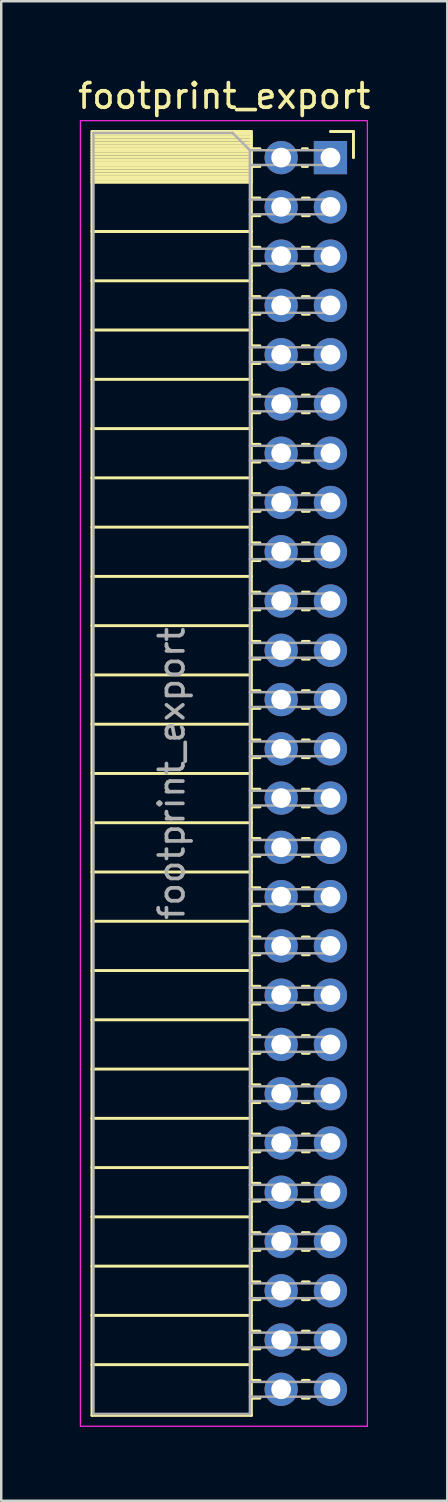
<source format=kicad_pcb>
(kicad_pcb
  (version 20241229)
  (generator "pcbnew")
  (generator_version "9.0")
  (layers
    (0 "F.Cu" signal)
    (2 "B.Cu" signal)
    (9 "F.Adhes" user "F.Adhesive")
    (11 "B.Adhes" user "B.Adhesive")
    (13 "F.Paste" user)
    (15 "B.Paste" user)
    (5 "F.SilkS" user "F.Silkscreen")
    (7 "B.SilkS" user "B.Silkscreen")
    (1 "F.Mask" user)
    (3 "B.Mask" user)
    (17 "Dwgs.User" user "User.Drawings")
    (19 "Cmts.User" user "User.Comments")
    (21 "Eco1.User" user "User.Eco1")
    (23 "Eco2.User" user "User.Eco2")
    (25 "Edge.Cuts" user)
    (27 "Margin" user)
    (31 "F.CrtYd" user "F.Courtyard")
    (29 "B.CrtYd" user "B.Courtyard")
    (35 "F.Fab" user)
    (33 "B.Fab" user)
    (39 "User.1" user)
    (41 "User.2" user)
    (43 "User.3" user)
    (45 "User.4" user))
  (footprint "footprint_export"
    (layer "F.Cu")
    (at 10.364 3.348)
    (property "Reference" "footprint_export" (at -4.31 -2.5 0) (layer "F.SilkS") (effects (font (size 1 1) (thickness 0.15))))
    (attr through_hole)
    (fp_line (start -9.68 -1.06) (end -9.68 51.06) (stroke (width 0.12) (type solid)) (layer "F.SilkS"))
    (fp_line (start -9.68 -1.06) (end -3.21 -1.06) (stroke (width 0.12) (type solid)) (layer "F.SilkS"))
    (fp_line (start -9.68 -0.94) (end -3.21 -0.94) (stroke (width 0.12) (type solid)) (layer "F.SilkS"))
    (fp_line (start -9.68 -0.826) (end -3.21 -0.826) (stroke (width 0.12) (type solid)) (layer "F.SilkS"))
    (fp_line (start -9.68 -0.712) (end -3.21 -0.712) (stroke (width 0.12) (type solid)) (layer "F.SilkS"))
    (fp_line (start -9.68 -0.598) (end -3.21 -0.598) (stroke (width 0.12) (type solid)) (layer "F.SilkS"))
    (fp_line (start -9.68 -0.484) (end -3.21 -0.484) (stroke (width 0.12) (type solid)) (layer "F.SilkS"))
    (fp_line (start -9.68 -0.369) (end -3.21 -0.369) (stroke (width 0.12) (type solid)) (layer "F.SilkS"))
    (fp_line (start -9.68 -0.255) (end -3.21 -0.255) (stroke (width 0.12) (type solid)) (layer "F.SilkS"))
    (fp_line (start -9.68 -0.141) (end -3.21 -0.141) (stroke (width 0.12) (type solid)) (layer "F.SilkS"))
    (fp_line (start -9.68 -0.027) (end -3.21 -0.027) (stroke (width 0.12) (type solid)) (layer "F.SilkS"))
    (fp_line (start -9.68 0.087) (end -3.21 0.087) (stroke (width 0.12) (type solid)) (layer "F.SilkS"))
    (fp_line (start -9.68 0.201) (end -3.21 0.201) (stroke (width 0.12) (type solid)) (layer "F.SilkS"))
    (fp_line (start -9.68 0.315) (end -3.21 0.315) (stroke (width 0.12) (type solid)) (layer "F.SilkS"))
    (fp_line (start -9.68 0.429) (end -3.21 0.429) (stroke (width 0.12) (type solid)) (layer "F.SilkS"))
    (fp_line (start -9.68 0.544) (end -3.21 0.544) (stroke (width 0.12) (type solid)) (layer "F.SilkS"))
    (fp_line (start -9.68 0.658) (end -3.21 0.658) (stroke (width 0.12) (type solid)) (layer "F.SilkS"))
    (fp_line (start -9.68 0.772) (end -3.21 0.772) (stroke (width 0.12) (type solid)) (layer "F.SilkS"))
    (fp_line (start -9.68 0.886) (end -3.21 0.886) (stroke (width 0.12) (type solid)) (layer "F.SilkS"))
    (fp_line (start -9.68 1) (end -3.21 1) (stroke (width 0.12) (type solid)) (layer "F.SilkS"))
    (fp_line (start -9.68 3) (end -3.21 3) (stroke (width 0.12) (type solid)) (layer "F.SilkS"))
    (fp_line (start -9.68 5) (end -3.21 5) (stroke (width 0.12) (type solid)) (layer "F.SilkS"))
    (fp_line (start -9.68 7) (end -3.21 7) (stroke (width 0.12) (type solid)) (layer "F.SilkS"))
    (fp_line (start -9.68 9) (end -3.21 9) (stroke (width 0.12) (type solid)) (layer "F.SilkS"))
    (fp_line (start -9.68 11) (end -3.21 11) (stroke (width 0.12) (type solid)) (layer "F.SilkS"))
    (fp_line (start -9.68 13) (end -3.21 13) (stroke (width 0.12) (type solid)) (layer "F.SilkS"))
    (fp_line (start -9.68 15) (end -3.21 15) (stroke (width 0.12) (type solid)) (layer "F.SilkS"))
    (fp_line (start -9.68 17) (end -3.21 17) (stroke (width 0.12) (type solid)) (layer "F.SilkS"))
    (fp_line (start -9.68 19) (end -3.21 19) (stroke (width 0.12) (type solid)) (layer "F.SilkS"))
    (fp_line (start -9.68 21) (end -3.21 21) (stroke (width 0.12) (type solid)) (layer "F.SilkS"))
    (fp_line (start -9.68 23) (end -3.21 23) (stroke (width 0.12) (type solid)) (layer "F.SilkS"))
    (fp_line (start -9.68 25) (end -3.21 25) (stroke (width 0.12) (type solid)) (layer "F.SilkS"))
    (fp_line (start -9.68 27) (end -3.21 27) (stroke (width 0.12) (type solid)) (layer "F.SilkS"))
    (fp_line (start -9.68 29) (end -3.21 29) (stroke (width 0.12) (type solid)) (layer "F.SilkS"))
    (fp_line (start -9.68 31) (end -3.21 31) (stroke (width 0.12) (type solid)) (layer "F.SilkS"))
    (fp_line (start -9.68 33) (end -3.21 33) (stroke (width 0.12) (type solid)) (layer "F.SilkS"))
    (fp_line (start -9.68 35) (end -3.21 35) (stroke (width 0.12) (type solid)) (layer "F.SilkS"))
    (fp_line (start -9.68 37) (end -3.21 37) (stroke (width 0.12) (type solid)) (layer "F.SilkS"))
    (fp_line (start -9.68 39) (end -3.21 39) (stroke (width 0.12) (type solid)) (layer "F.SilkS"))
    (fp_line (start -9.68 41) (end -3.21 41) (stroke (width 0.12) (type solid)) (layer "F.SilkS"))
    (fp_line (start -9.68 43) (end -3.21 43) (stroke (width 0.12) (type solid)) (layer "F.SilkS"))
    (fp_line (start -9.68 45) (end -3.21 45) (stroke (width 0.12) (type solid)) (layer "F.SilkS"))
    (fp_line (start -9.68 47) (end -3.21 47) (stroke (width 0.12) (type solid)) (layer "F.SilkS"))
    (fp_line (start -9.68 49) (end -3.21 49) (stroke (width 0.12) (type solid)) (layer "F.SilkS"))
    (fp_line (start -9.68 51.06) (end -3.21 51.06) (stroke (width 0.12) (type solid)) (layer "F.SilkS"))
    (fp_line (start -3.21 -1.06) (end -3.21 51.06) (stroke (width 0.12) (type solid)) (layer "F.SilkS"))
    (fp_line (start -3.21 -0.36) (end -2.863 -0.36) (stroke (width 0.12) (type solid)) (layer "F.SilkS"))
    (fp_line (start -3.21 0.36) (end -2.863 0.36) (stroke (width 0.12) (type solid)) (layer "F.SilkS"))
    (fp_line (start -3.21 1.64) (end -2.863 1.64) (stroke (width 0.12) (type solid)) (layer "F.SilkS"))
    (fp_line (start -3.21 2.36) (end -2.863 2.36) (stroke (width 0.12) (type solid)) (layer "F.SilkS"))
    (fp_line (start -3.21 3.64) (end -2.863 3.64) (stroke (width 0.12) (type solid)) (layer "F.SilkS"))
    (fp_line (start -3.21 4.36) (end -2.863 4.36) (stroke (width 0.12) (type solid)) (layer "F.SilkS"))
    (fp_line (start -3.21 5.64) (end -2.863 5.64) (stroke (width 0.12) (type solid)) (layer "F.SilkS"))
    (fp_line (start -3.21 6.36) (end -2.863 6.36) (stroke (width 0.12) (type solid)) (layer "F.SilkS"))
    (fp_line (start -3.21 7.64) (end -2.863 7.64) (stroke (width 0.12) (type solid)) (layer "F.SilkS"))
    (fp_line (start -3.21 8.36) (end -2.863 8.36) (stroke (width 0.12) (type solid)) (layer "F.SilkS"))
    (fp_line (start -3.21 9.64) (end -2.863 9.64) (stroke (width 0.12) (type solid)) (layer "F.SilkS"))
    (fp_line (start -3.21 10.36) (end -2.863 10.36) (stroke (width 0.12) (type solid)) (layer "F.SilkS"))
    (fp_line (start -3.21 11.64) (end -2.863 11.64) (stroke (width 0.12) (type solid)) (layer "F.SilkS"))
    (fp_line (start -3.21 12.36) (end -2.863 12.36) (stroke (width 0.12) (type solid)) (layer "F.SilkS"))
    (fp_line (start -3.21 13.64) (end -2.863 13.64) (stroke (width 0.12) (type solid)) (layer "F.SilkS"))
    (fp_line (start -3.21 14.36) (end -2.863 14.36) (stroke (width 0.12) (type solid)) (layer "F.SilkS"))
    (fp_line (start -3.21 15.64) (end -2.863 15.64) (stroke (width 0.12) (type solid)) (layer "F.SilkS"))
    (fp_line (start -3.21 16.36) (end -2.863 16.36) (stroke (width 0.12) (type solid)) (layer "F.SilkS"))
    (fp_line (start -3.21 17.64) (end -2.863 17.64) (stroke (width 0.12) (type solid)) (layer "F.SilkS"))
    (fp_line (start -3.21 18.36) (end -2.863 18.36) (stroke (width 0.12) (type solid)) (layer "F.SilkS"))
    (fp_line (start -3.21 19.64) (end -2.863 19.64) (stroke (width 0.12) (type solid)) (layer "F.SilkS"))
    (fp_line (start -3.21 20.36) (end -2.863 20.36) (stroke (width 0.12) (type solid)) (layer "F.SilkS"))
    (fp_line (start -3.21 21.64) (end -2.863 21.64) (stroke (width 0.12) (type solid)) (layer "F.SilkS"))
    (fp_line (start -3.21 22.36) (end -2.863 22.36) (stroke (width 0.12) (type solid)) (layer "F.SilkS"))
    (fp_line (start -3.21 23.64) (end -2.863 23.64) (stroke (width 0.12) (type solid)) (layer "F.SilkS"))
    (fp_line (start -3.21 24.36) (end -2.863 24.36) (stroke (width 0.12) (type solid)) (layer "F.SilkS"))
    (fp_line (start -3.21 25.64) (end -2.863 25.64) (stroke (width 0.12) (type solid)) (layer "F.SilkS"))
    (fp_line (start -3.21 26.36) (end -2.863 26.36) (stroke (width 0.12) (type solid)) (layer "F.SilkS"))
    (fp_line (start -3.21 27.64) (end -2.863 27.64) (stroke (width 0.12) (type solid)) (layer "F.SilkS"))
    (fp_line (start -3.21 28.36) (end -2.863 28.36) (stroke (width 0.12) (type solid)) (layer "F.SilkS"))
    (fp_line (start -3.21 29.64) (end -2.863 29.64) (stroke (width 0.12) (type solid)) (layer "F.SilkS"))
    (fp_line (start -3.21 30.36) (end -2.863 30.36) (stroke (width 0.12) (type solid)) (layer "F.SilkS"))
    (fp_line (start -3.21 31.64) (end -2.863 31.64) (stroke (width 0.12) (type solid)) (layer "F.SilkS"))
    (fp_line (start -3.21 32.36) (end -2.863 32.36) (stroke (width 0.12) (type solid)) (layer "F.SilkS"))
    (fp_line (start -3.21 33.64) (end -2.863 33.64) (stroke (width 0.12) (type solid)) (layer "F.SilkS"))
    (fp_line (start -3.21 34.36) (end -2.863 34.36) (stroke (width 0.12) (type solid)) (layer "F.SilkS"))
    (fp_line (start -3.21 35.64) (end -2.863 35.64) (stroke (width 0.12) (type solid)) (layer "F.SilkS"))
    (fp_line (start -3.21 36.36) (end -2.863 36.36) (stroke (width 0.12) (type solid)) (layer "F.SilkS"))
    (fp_line (start -3.21 37.64) (end -2.863 37.64) (stroke (width 0.12) (type solid)) (layer "F.SilkS"))
    (fp_line (start -3.21 38.36) (end -2.863 38.36) (stroke (width 0.12) (type solid)) (layer "F.SilkS"))
    (fp_line (start -3.21 39.64) (end -2.863 39.64) (stroke (width 0.12) (type solid)) (layer "F.SilkS"))
    (fp_line (start -3.21 40.36) (end -2.863 40.36) (stroke (width 0.12) (type solid)) (layer "F.SilkS"))
    (fp_line (start -3.21 41.64) (end -2.863 41.64) (stroke (width 0.12) (type solid)) (layer "F.SilkS"))
    (fp_line (start -3.21 42.36) (end -2.863 42.36) (stroke (width 0.12) (type solid)) (layer "F.SilkS"))
    (fp_line (start -3.21 43.64) (end -2.863 43.64) (stroke (width 0.12) (type solid)) (layer "F.SilkS"))
    (fp_line (start -3.21 44.36) (end -2.863 44.36) (stroke (width 0.12) (type solid)) (layer "F.SilkS"))
    (fp_line (start -3.21 45.64) (end -2.863 45.64) (stroke (width 0.12) (type solid)) (layer "F.SilkS"))
    (fp_line (start -3.21 46.36) (end -2.863 46.36) (stroke (width 0.12) (type solid)) (layer "F.SilkS"))
    (fp_line (start -3.21 47.64) (end -2.863 47.64) (stroke (width 0.12) (type solid)) (layer "F.SilkS"))
    (fp_line (start -3.21 48.36) (end -2.863 48.36) (stroke (width 0.12) (type solid)) (layer "F.SilkS"))
    (fp_line (start -3.21 49.64) (end -2.863 49.64) (stroke (width 0.12) (type solid)) (layer "F.SilkS"))
    (fp_line (start -3.21 50.36) (end -2.863 50.36) (stroke (width 0.12) (type solid)) (layer "F.SilkS"))
    (fp_line (start -1.137 -0.36) (end -0.935 -0.36) (stroke (width 0.12) (type solid)) (layer "F.SilkS"))
    (fp_line (start -1.137 0.36) (end -0.935 0.36) (stroke (width 0.12) (type solid)) (layer "F.SilkS"))
    (fp_line (start -1.137 1.64) (end -0.863 1.64) (stroke (width 0.12) (type solid)) (layer "F.SilkS"))
    (fp_line (start -1.137 2.36) (end -0.863 2.36) (stroke (width 0.12) (type solid)) (layer "F.SilkS"))
    (fp_line (start -1.137 3.64) (end -0.863 3.64) (stroke (width 0.12) (type solid)) (layer "F.SilkS"))
    (fp_line (start -1.137 4.36) (end -0.863 4.36) (stroke (width 0.12) (type solid)) (layer "F.SilkS"))
    (fp_line (start -1.137 5.64) (end -0.863 5.64) (stroke (width 0.12) (type solid)) (layer "F.SilkS"))
    (fp_line (start -1.137 6.36) (end -0.863 6.36) (stroke (width 0.12) (type solid)) (layer "F.SilkS"))
    (fp_line (start -1.137 7.64) (end -0.863 7.64) (stroke (width 0.12) (type solid)) (layer "F.SilkS"))
    (fp_line (start -1.137 8.36) (end -0.863 8.36) (stroke (width 0.12) (type solid)) (layer "F.SilkS"))
    (fp_line (start -1.137 9.64) (end -0.863 9.64) (stroke (width 0.12) (type solid)) (layer "F.SilkS"))
    (fp_line (start -1.137 10.36) (end -0.863 10.36) (stroke (width 0.12) (type solid)) (layer "F.SilkS"))
    (fp_line (start -1.137 11.64) (end -0.863 11.64) (stroke (width 0.12) (type solid)) (layer "F.SilkS"))
    (fp_line (start -1.137 12.36) (end -0.863 12.36) (stroke (width 0.12) (type solid)) (layer "F.SilkS"))
    (fp_line (start -1.137 13.64) (end -0.863 13.64) (stroke (width 0.12) (type solid)) (layer "F.SilkS"))
    (fp_line (start -1.137 14.36) (end -0.863 14.36) (stroke (width 0.12) (type solid)) (layer "F.SilkS"))
    (fp_line (start -1.137 15.64) (end -0.863 15.64) (stroke (width 0.12) (type solid)) (layer "F.SilkS"))
    (fp_line (start -1.137 16.36) (end -0.863 16.36) (stroke (width 0.12) (type solid)) (layer "F.SilkS"))
    (fp_line (start -1.137 17.64) (end -0.863 17.64) (stroke (width 0.12) (type solid)) (layer "F.SilkS"))
    (fp_line (start -1.137 18.36) (end -0.863 18.36) (stroke (width 0.12) (type solid)) (layer "F.SilkS"))
    (fp_line (start -1.137 19.64) (end -0.863 19.64) (stroke (width 0.12) (type solid)) (layer "F.SilkS"))
    (fp_line (start -1.137 20.36) (end -0.863 20.36) (stroke (width 0.12) (type solid)) (layer "F.SilkS"))
    (fp_line (start -1.137 21.64) (end -0.863 21.64) (stroke (width 0.12) (type solid)) (layer "F.SilkS"))
    (fp_line (start -1.137 22.36) (end -0.863 22.36) (stroke (width 0.12) (type solid)) (layer "F.SilkS"))
    (fp_line (start -1.137 23.64) (end -0.863 23.64) (stroke (width 0.12) (type solid)) (layer "F.SilkS"))
    (fp_line (start -1.137 24.36) (end -0.863 24.36) (stroke (width 0.12) (type solid)) (layer "F.SilkS"))
    (fp_line (start -1.137 25.64) (end -0.863 25.64) (stroke (width 0.12) (type solid)) (layer "F.SilkS"))
    (fp_line (start -1.137 26.36) (end -0.863 26.36) (stroke (width 0.12) (type solid)) (layer "F.SilkS"))
    (fp_line (start -1.137 27.64) (end -0.863 27.64) (stroke (width 0.12) (type solid)) (layer "F.SilkS"))
    (fp_line (start -1.137 28.36) (end -0.863 28.36) (stroke (width 0.12) (type solid)) (layer "F.SilkS"))
    (fp_line (start -1.137 29.64) (end -0.863 29.64) (stroke (width 0.12) (type solid)) (layer "F.SilkS"))
    (fp_line (start -1.137 30.36) (end -0.863 30.36) (stroke (width 0.12) (type solid)) (layer "F.SilkS"))
    (fp_line (start -1.137 31.64) (end -0.863 31.64) (stroke (width 0.12) (type solid)) (layer "F.SilkS"))
    (fp_line (start -1.137 32.36) (end -0.863 32.36) (stroke (width 0.12) (type solid)) (layer "F.SilkS"))
    (fp_line (start -1.137 33.64) (end -0.863 33.64) (stroke (width 0.12) (type solid)) (layer "F.SilkS"))
    (fp_line (start -1.137 34.36) (end -0.863 34.36) (stroke (width 0.12) (type solid)) (layer "F.SilkS"))
    (fp_line (start -1.137 35.64) (end -0.863 35.64) (stroke (width 0.12) (type solid)) (layer "F.SilkS"))
    (fp_line (start -1.137 36.36) (end -0.863 36.36) (stroke (width 0.12) (type solid)) (layer "F.SilkS"))
    (fp_line (start -1.137 37.64) (end -0.863 37.64) (stroke (width 0.12) (type solid)) (layer "F.SilkS"))
    (fp_line (start -1.137 38.36) (end -0.863 38.36) (stroke (width 0.12) (type solid)) (layer "F.SilkS"))
    (fp_line (start -1.137 39.64) (end -0.863 39.64) (stroke (width 0.12) (type solid)) (layer "F.SilkS"))
    (fp_line (start -1.137 40.36) (end -0.863 40.36) (stroke (width 0.12) (type solid)) (layer "F.SilkS"))
    (fp_line (start -1.137 41.64) (end -0.863 41.64) (stroke (width 0.12) (type solid)) (layer "F.SilkS"))
    (fp_line (start -1.137 42.36) (end -0.863 42.36) (stroke (width 0.12) (type solid)) (layer "F.SilkS"))
    (fp_line (start -1.137 43.64) (end -0.863 43.64) (stroke (width 0.12) (type solid)) (layer "F.SilkS"))
    (fp_line (start -1.137 44.36) (end -0.863 44.36) (stroke (width 0.12) (type solid)) (layer "F.SilkS"))
    (fp_line (start -1.137 45.64) (end -0.863 45.64) (stroke (width 0.12) (type solid)) (layer "F.SilkS"))
    (fp_line (start -1.137 46.36) (end -0.863 46.36) (stroke (width 0.12) (type solid)) (layer "F.SilkS"))
    (fp_line (start -1.137 47.64) (end -0.863 47.64) (stroke (width 0.12) (type solid)) (layer "F.SilkS"))
    (fp_line (start -1.137 48.36) (end -0.863 48.36) (stroke (width 0.12) (type solid)) (layer "F.SilkS"))
    (fp_line (start -1.137 49.64) (end -0.863 49.64) (stroke (width 0.12) (type solid)) (layer "F.SilkS"))
    (fp_line (start -1.137 50.36) (end -0.863 50.36) (stroke (width 0.12) (type solid)) (layer "F.SilkS"))
    (fp_line (start 0 -1.06) (end 0.935 -1.06) (stroke (width 0.12) (type solid)) (layer "F.SilkS"))
    (fp_line (start 0.935 -1.06) (end 0.935 0) (stroke (width 0.12) (type solid)) (layer "F.SilkS"))
    (fp_line (start -10.15 -1.5) (end -10.15 51.5) (stroke (width 0.05) (type solid)) (layer "F.CrtYd"))
    (fp_line (start -10.15 51.5) (end 1.5 51.5) (stroke (width 0.05) (type solid)) (layer "F.CrtYd"))
    (fp_line (start 1.5 -1.5) (end -10.15 -1.5) (stroke (width 0.05) (type solid)) (layer "F.CrtYd"))
    (fp_line (start 1.5 51.5) (end 1.5 -1.5) (stroke (width 0.05) (type solid)) (layer "F.CrtYd"))
    (fp_line (start -9.62 -1) (end -3.97 -1) (stroke (width 0.1) (type solid)) (layer "F.Fab"))
    (fp_line (start -9.62 51) (end -9.62 -1) (stroke (width 0.1) (type solid)) (layer "F.Fab"))
    (fp_line (start -3.97 -1) (end -3.27 -0.3) (stroke (width 0.1) (type solid)) (layer "F.Fab"))
    (fp_line (start -3.27 -0.3) (end -3.27 51) (stroke (width 0.1) (type solid)) (layer "F.Fab"))
    (fp_line (start -3.27 0.3) (end 0 0.3) (stroke (width 0.1) (type solid)) (layer "F.Fab"))
    (fp_line (start -3.27 2.3) (end 0 2.3) (stroke (width 0.1) (type solid)) (layer "F.Fab"))
    (fp_line (start -3.27 4.3) (end 0 4.3) (stroke (width 0.1) (type solid)) (layer "F.Fab"))
    (fp_line (start -3.27 6.3) (end 0 6.3) (stroke (width 0.1) (type solid)) (layer "F.Fab"))
    (fp_line (start -3.27 8.3) (end 0 8.3) (stroke (width 0.1) (type solid)) (layer "F.Fab"))
    (fp_line (start -3.27 10.3) (end 0 10.3) (stroke (width 0.1) (type solid)) (layer "F.Fab"))
    (fp_line (start -3.27 12.3) (end 0 12.3) (stroke (width 0.1) (type solid)) (layer "F.Fab"))
    (fp_line (start -3.27 14.3) (end 0 14.3) (stroke (width 0.1) (type solid)) (layer "F.Fab"))
    (fp_line (start -3.27 16.3) (end 0 16.3) (stroke (width 0.1) (type solid)) (layer "F.Fab"))
    (fp_line (start -3.27 18.3) (end 0 18.3) (stroke (width 0.1) (type solid)) (layer "F.Fab"))
    (fp_line (start -3.27 20.3) (end 0 20.3) (stroke (width 0.1) (type solid)) (layer "F.Fab"))
    (fp_line (start -3.27 22.3) (end 0 22.3) (stroke (width 0.1) (type solid)) (layer "F.Fab"))
    (fp_line (start -3.27 24.3) (end 0 24.3) (stroke (width 0.1) (type solid)) (layer "F.Fab"))
    (fp_line (start -3.27 26.3) (end 0 26.3) (stroke (width 0.1) (type solid)) (layer "F.Fab"))
    (fp_line (start -3.27 28.3) (end 0 28.3) (stroke (width 0.1) (type solid)) (layer "F.Fab"))
    (fp_line (start -3.27 30.3) (end 0 30.3) (stroke (width 0.1) (type solid)) (layer "F.Fab"))
    (fp_line (start -3.27 32.3) (end 0 32.3) (stroke (width 0.1) (type solid)) (layer "F.Fab"))
    (fp_line (start -3.27 34.3) (end 0 34.3) (stroke (width 0.1) (type solid)) (layer "F.Fab"))
    (fp_line (start -3.27 36.3) (end 0 36.3) (stroke (width 0.1) (type solid)) (layer "F.Fab"))
    (fp_line (start -3.27 38.3) (end 0 38.3) (stroke (width 0.1) (type solid)) (layer "F.Fab"))
    (fp_line (start -3.27 40.3) (end 0 40.3) (stroke (width 0.1) (type solid)) (layer "F.Fab"))
    (fp_line (start -3.27 42.3) (end 0 42.3) (stroke (width 0.1) (type solid)) (layer "F.Fab"))
    (fp_line (start -3.27 44.3) (end 0 44.3) (stroke (width 0.1) (type solid)) (layer "F.Fab"))
    (fp_line (start -3.27 46.3) (end 0 46.3) (stroke (width 0.1) (type solid)) (layer "F.Fab"))
    (fp_line (start -3.27 48.3) (end 0 48.3) (stroke (width 0.1) (type solid)) (layer "F.Fab"))
    (fp_line (start -3.27 50.3) (end 0 50.3) (stroke (width 0.1) (type solid)) (layer "F.Fab"))
    (fp_line (start -3.27 51) (end -9.62 51) (stroke (width 0.1) (type solid)) (layer "F.Fab"))
    (fp_line (start 0 -0.3) (end -3.27 -0.3) (stroke (width 0.1) (type solid)) (layer "F.Fab"))
    (fp_line (start 0 0.3) (end 0 -0.3) (stroke (width 0.1) (type solid)) (layer "F.Fab"))
    (fp_line (start 0 1.7) (end -3.27 1.7) (stroke (width 0.1) (type solid)) (layer "F.Fab"))
    (fp_line (start 0 2.3) (end 0 1.7) (stroke (width 0.1) (type solid)) (layer "F.Fab"))
    (fp_line (start 0 3.7) (end -3.27 3.7) (stroke (width 0.1) (type solid)) (layer "F.Fab"))
    (fp_line (start 0 4.3) (end 0 3.7) (stroke (width 0.1) (type solid)) (layer "F.Fab"))
    (fp_line (start 0 5.7) (end -3.27 5.7) (stroke (width 0.1) (type solid)) (layer "F.Fab"))
    (fp_line (start 0 6.3) (end 0 5.7) (stroke (width 0.1) (type solid)) (layer "F.Fab"))
    (fp_line (start 0 7.7) (end -3.27 7.7) (stroke (width 0.1) (type solid)) (layer "F.Fab"))
    (fp_line (start 0 8.3) (end 0 7.7) (stroke (width 0.1) (type solid)) (layer "F.Fab"))
    (fp_line (start 0 9.7) (end -3.27 9.7) (stroke (width 0.1) (type solid)) (layer "F.Fab"))
    (fp_line (start 0 10.3) (end 0 9.7) (stroke (width 0.1) (type solid)) (layer "F.Fab"))
    (fp_line (start 0 11.7) (end -3.27 11.7) (stroke (width 0.1) (type solid)) (layer "F.Fab"))
    (fp_line (start 0 12.3) (end 0 11.7) (stroke (width 0.1) (type solid)) (layer "F.Fab"))
    (fp_line (start 0 13.7) (end -3.27 13.7) (stroke (width 0.1) (type solid)) (layer "F.Fab"))
    (fp_line (start 0 14.3) (end 0 13.7) (stroke (width 0.1) (type solid)) (layer "F.Fab"))
    (fp_line (start 0 15.7) (end -3.27 15.7) (stroke (width 0.1) (type solid)) (layer "F.Fab"))
    (fp_line (start 0 16.3) (end 0 15.7) (stroke (width 0.1) (type solid)) (layer "F.Fab"))
    (fp_line (start 0 17.7) (end -3.27 17.7) (stroke (width 0.1) (type solid)) (layer "F.Fab"))
    (fp_line (start 0 18.3) (end 0 17.7) (stroke (width 0.1) (type solid)) (layer "F.Fab"))
    (fp_line (start 0 19.7) (end -3.27 19.7) (stroke (width 0.1) (type solid)) (layer "F.Fab"))
    (fp_line (start 0 20.3) (end 0 19.7) (stroke (width 0.1) (type solid)) (layer "F.Fab"))
    (fp_line (start 0 21.7) (end -3.27 21.7) (stroke (width 0.1) (type solid)) (layer "F.Fab"))
    (fp_line (start 0 22.3) (end 0 21.7) (stroke (width 0.1) (type solid)) (layer "F.Fab"))
    (fp_line (start 0 23.7) (end -3.27 23.7) (stroke (width 0.1) (type solid)) (layer "F.Fab"))
    (fp_line (start 0 24.3) (end 0 23.7) (stroke (width 0.1) (type solid)) (layer "F.Fab"))
    (fp_line (start 0 25.7) (end -3.27 25.7) (stroke (width 0.1) (type solid)) (layer "F.Fab"))
    (fp_line (start 0 26.3) (end 0 25.7) (stroke (width 0.1) (type solid)) (layer "F.Fab"))
    (fp_line (start 0 27.7) (end -3.27 27.7) (stroke (width 0.1) (type solid)) (layer "F.Fab"))
    (fp_line (start 0 28.3) (end 0 27.7) (stroke (width 0.1) (type solid)) (layer "F.Fab"))
    (fp_line (start 0 29.7) (end -3.27 29.7) (stroke (width 0.1) (type solid)) (layer "F.Fab"))
    (fp_line (start 0 30.3) (end 0 29.7) (stroke (width 0.1) (type solid)) (layer "F.Fab"))
    (fp_line (start 0 31.7) (end -3.27 31.7) (stroke (width 0.1) (type solid)) (layer "F.Fab"))
    (fp_line (start 0 32.3) (end 0 31.7) (stroke (width 0.1) (type solid)) (layer "F.Fab"))
    (fp_line (start 0 33.7) (end -3.27 33.7) (stroke (width 0.1) (type solid)) (layer "F.Fab"))
    (fp_line (start 0 34.3) (end 0 33.7) (stroke (width 0.1) (type solid)) (layer "F.Fab"))
    (fp_line (start 0 35.7) (end -3.27 35.7) (stroke (width 0.1) (type solid)) (layer "F.Fab"))
    (fp_line (start 0 36.3) (end 0 35.7) (stroke (width 0.1) (type solid)) (layer "F.Fab"))
    (fp_line (start 0 37.7) (end -3.27 37.7) (stroke (width 0.1) (type solid)) (layer "F.Fab"))
    (fp_line (start 0 38.3) (end 0 37.7) (stroke (width 0.1) (type solid)) (layer "F.Fab"))
    (fp_line (start 0 39.7) (end -3.27 39.7) (stroke (width 0.1) (type solid)) (layer "F.Fab"))
    (fp_line (start 0 40.3) (end 0 39.7) (stroke (width 0.1) (type solid)) (layer "F.Fab"))
    (fp_line (start 0 41.7) (end -3.27 41.7) (stroke (width 0.1) (type solid)) (layer "F.Fab"))
    (fp_line (start 0 42.3) (end 0 41.7) (stroke (width 0.1) (type solid)) (layer "F.Fab"))
    (fp_line (start 0 43.7) (end -3.27 43.7) (stroke (width 0.1) (type solid)) (layer "F.Fab"))
    (fp_line (start 0 44.3) (end 0 43.7) (stroke (width 0.1) (type solid)) (layer "F.Fab"))
    (fp_line (start 0 45.7) (end -3.27 45.7) (stroke (width 0.1) (type solid)) (layer "F.Fab"))
    (fp_line (start 0 46.3) (end 0 45.7) (stroke (width 0.1) (type solid)) (layer "F.Fab"))
    (fp_line (start 0 47.7) (end -3.27 47.7) (stroke (width 0.1) (type solid)) (layer "F.Fab"))
    (fp_line (start 0 48.3) (end 0 47.7) (stroke (width 0.1) (type solid)) (layer "F.Fab"))
    (fp_line (start 0 49.7) (end -3.27 49.7) (stroke (width 0.1) (type solid)) (layer "F.Fab"))
    (fp_line (start 0 50.3) (end 0 49.7) (stroke (width 0.1) (type solid)) (layer "F.Fab"))
    (fp_text user "${REFERENCE}" (at -6.445 25 90) (layer "F.Fab") (effects (font (size 1 1) (thickness 0.15))))
    (pad "1" thru_hole rect (at 0 0) (size 1.35 1.35) (drill 0.8) (layers "*.Cu" "*.Mask"))
    (pad "2" thru_hole oval (at -2 0) (size 1.35 1.35) (drill 0.8) (layers "*.Cu" "*.Mask"))
    (pad "3" thru_hole oval (at 0 2) (size 1.35 1.35) (drill 0.8) (layers "*.Cu" "*.Mask"))
    (pad "4" thru_hole oval (at -2 2) (size 1.35 1.35) (drill 0.8) (layers "*.Cu" "*.Mask"))
    (pad "5" thru_hole oval (at 0 4) (size 1.35 1.35) (drill 0.8) (layers "*.Cu" "*.Mask"))
    (pad "6" thru_hole oval (at -2 4) (size 1.35 1.35) (drill 0.8) (layers "*.Cu" "*.Mask"))
    (pad "7" thru_hole oval (at 0 6) (size 1.35 1.35) (drill 0.8) (layers "*.Cu" "*.Mask"))
    (pad "8" thru_hole oval (at -2 6) (size 1.35 1.35) (drill 0.8) (layers "*.Cu" "*.Mask"))
    (pad "9" thru_hole oval (at 0 8) (size 1.35 1.35) (drill 0.8) (layers "*.Cu" "*.Mask"))
    (pad "10" thru_hole oval (at -2 8) (size 1.35 1.35) (drill 0.8) (layers "*.Cu" "*.Mask"))
    (pad "11" thru_hole oval (at 0 10) (size 1.35 1.35) (drill 0.8) (layers "*.Cu" "*.Mask"))
    (pad "12" thru_hole oval (at -2 10) (size 1.35 1.35) (drill 0.8) (layers "*.Cu" "*.Mask"))
    (pad "13" thru_hole oval (at 0 12) (size 1.35 1.35) (drill 0.8) (layers "*.Cu" "*.Mask"))
    (pad "14" thru_hole oval (at -2 12) (size 1.35 1.35) (drill 0.8) (layers "*.Cu" "*.Mask"))
    (pad "15" thru_hole oval (at 0 14) (size 1.35 1.35) (drill 0.8) (layers "*.Cu" "*.Mask"))
    (pad "16" thru_hole oval (at -2 14) (size 1.35 1.35) (drill 0.8) (layers "*.Cu" "*.Mask"))
    (pad "17" thru_hole oval (at 0 16) (size 1.35 1.35) (drill 0.8) (layers "*.Cu" "*.Mask"))
    (pad "18" thru_hole oval (at -2 16) (size 1.35 1.35) (drill 0.8) (layers "*.Cu" "*.Mask"))
    (pad "19" thru_hole oval (at 0 18) (size 1.35 1.35) (drill 0.8) (layers "*.Cu" "*.Mask"))
    (pad "20" thru_hole oval (at -2 18) (size 1.35 1.35) (drill 0.8) (layers "*.Cu" "*.Mask"))
    (pad "21" thru_hole oval (at 0 20) (size 1.35 1.35) (drill 0.8) (layers "*.Cu" "*.Mask"))
    (pad "22" thru_hole oval (at -2 20) (size 1.35 1.35) (drill 0.8) (layers "*.Cu" "*.Mask"))
    (pad "23" thru_hole oval (at 0 22) (size 1.35 1.35) (drill 0.8) (layers "*.Cu" "*.Mask"))
    (pad "24" thru_hole oval (at -2 22) (size 1.35 1.35) (drill 0.8) (layers "*.Cu" "*.Mask"))
    (pad "25" thru_hole oval (at 0 24) (size 1.35 1.35) (drill 0.8) (layers "*.Cu" "*.Mask"))
    (pad "26" thru_hole oval (at -2 24) (size 1.35 1.35) (drill 0.8) (layers "*.Cu" "*.Mask"))
    (pad "27" thru_hole oval (at 0 26) (size 1.35 1.35) (drill 0.8) (layers "*.Cu" "*.Mask"))
    (pad "28" thru_hole oval (at -2 26) (size 1.35 1.35) (drill 0.8) (layers "*.Cu" "*.Mask"))
    (pad "29" thru_hole oval (at 0 28) (size 1.35 1.35) (drill 0.8) (layers "*.Cu" "*.Mask"))
    (pad "30" thru_hole oval (at -2 28) (size 1.35 1.35) (drill 0.8) (layers "*.Cu" "*.Mask"))
    (pad "31" thru_hole oval (at 0 30) (size 1.35 1.35) (drill 0.8) (layers "*.Cu" "*.Mask"))
    (pad "32" thru_hole oval (at -2 30) (size 1.35 1.35) (drill 0.8) (layers "*.Cu" "*.Mask"))
    (pad "33" thru_hole oval (at 0 32) (size 1.35 1.35) (drill 0.8) (layers "*.Cu" "*.Mask"))
    (pad "34" thru_hole oval (at -2 32) (size 1.35 1.35) (drill 0.8) (layers "*.Cu" "*.Mask"))
    (pad "35" thru_hole oval (at 0 34) (size 1.35 1.35) (drill 0.8) (layers "*.Cu" "*.Mask"))
    (pad "36" thru_hole oval (at -2 34) (size 1.35 1.35) (drill 0.8) (layers "*.Cu" "*.Mask"))
    (pad "37" thru_hole oval (at 0 36) (size 1.35 1.35) (drill 0.8) (layers "*.Cu" "*.Mask"))
    (pad "38" thru_hole oval (at -2 36) (size 1.35 1.35) (drill 0.8) (layers "*.Cu" "*.Mask"))
    (pad "39" thru_hole oval (at 0 38) (size 1.35 1.35) (drill 0.8) (layers "*.Cu" "*.Mask"))
    (pad "40" thru_hole oval (at -2 38) (size 1.35 1.35) (drill 0.8) (layers "*.Cu" "*.Mask"))
    (pad "41" thru_hole oval (at 0 40) (size 1.35 1.35) (drill 0.8) (layers "*.Cu" "*.Mask"))
    (pad "42" thru_hole oval (at -2 40) (size 1.35 1.35) (drill 0.8) (layers "*.Cu" "*.Mask"))
    (pad "43" thru_hole oval (at 0 42) (size 1.35 1.35) (drill 0.8) (layers "*.Cu" "*.Mask"))
    (pad "44" thru_hole oval (at -2 42) (size 1.35 1.35) (drill 0.8) (layers "*.Cu" "*.Mask"))
    (pad "45" thru_hole oval (at 0 44) (size 1.35 1.35) (drill 0.8) (layers "*.Cu" "*.Mask"))
    (pad "46" thru_hole oval (at -2 44) (size 1.35 1.35) (drill 0.8) (layers "*.Cu" "*.Mask"))
    (pad "47" thru_hole oval (at 0 46) (size 1.35 1.35) (drill 0.8) (layers "*.Cu" "*.Mask"))
    (pad "48" thru_hole oval (at -2 46) (size 1.35 1.35) (drill 0.8) (layers "*.Cu" "*.Mask"))
    (pad "49" thru_hole oval (at 0 48) (size 1.35 1.35) (drill 0.8) (layers "*.Cu" "*.Mask"))
    (pad "50" thru_hole oval (at -2 48) (size 1.35 1.35) (drill 0.8) (layers "*.Cu" "*.Mask"))
    (pad "51" thru_hole oval (at 0 50) (size 1.35 1.35) (drill 0.8) (layers "*.Cu" "*.Mask"))
    (pad "52" thru_hole oval (at -2 50) (size 1.35 1.35) (drill 0.8) (layers "*.Cu" "*.Mask")))
  (gr_rect
    (start -3 -3)
    (end 15.107 57.873)
    (stroke (width 0.1) (type default))
    (fill no)
    (layer "Edge.Cuts")))
</source>
